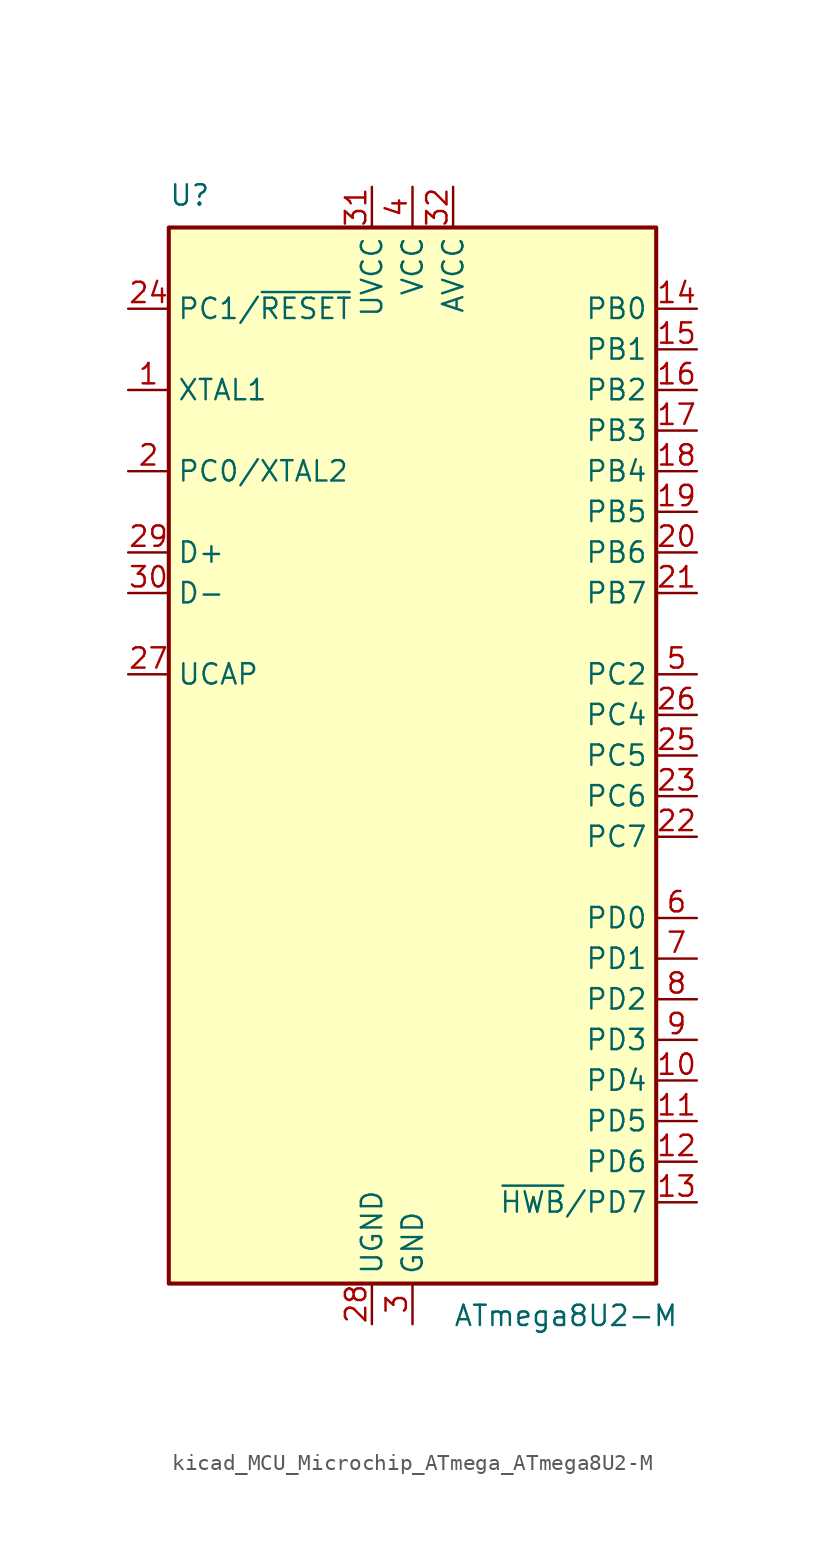
<source format=kicad_sym>
(kicad_symbol_lib
  (version 20220914)
  (generator kicad_symbol_editor)
  (symbol "kicad_MCU_Microchip_ATmega_ATmega8U2-M"
    (property "Reference" "U"
      (at -15.24 34.29 0)
      (effects (font (size 1.27 1.27)) (justify left bottom)))
    (property "Value" "ATmega8U2-M"
      (at 2.54 -34.29 0)
      (effects (font (size 1.27 1.27)) (justify left top)))
    (symbol "kicad_MCU_Microchip_ATmega_ATmega8U2-M_0_1"
      (rectangle (start -15.24 -33.02) (end 15.24 33.02) (stroke (width 0.254) (type default)) (fill (type background))))
    (symbol "kicad_MCU_Microchip_ATmega_ATmega8U2-M_1_1"
      (pin input line (at -17.78 22.86 0) (length 2.54) (name "XTAL1" (effects (font (size 1.27 1.27)))) (number "1" (effects (font (size 1.27 1.27)))))
      (pin bidirectional line (at 17.78 -20.32 180) (length 2.54) (name "PD4" (effects (font (size 1.27 1.27)))) (number "10" (effects (font (size 1.27 1.27)))))
      (pin bidirectional line (at 17.78 -22.86 180) (length 2.54) (name "PD5" (effects (font (size 1.27 1.27)))) (number "11" (effects (font (size 1.27 1.27)))))
      (pin bidirectional line (at 17.78 -25.4 180) (length 2.54) (name "PD6" (effects (font (size 1.27 1.27)))) (number "12" (effects (font (size 1.27 1.27)))))
      (pin bidirectional line (at 17.78 -27.94 180) (length 2.54) (name "~{HWB}/PD7" (effects (font (size 1.27 1.27)))) (number "13" (effects (font (size 1.27 1.27)))))
      (pin bidirectional line (at 17.78 27.94 180) (length 2.54) (name "PB0" (effects (font (size 1.27 1.27)))) (number "14" (effects (font (size 1.27 1.27)))))
      (pin bidirectional line (at 17.78 25.4 180) (length 2.54) (name "PB1" (effects (font (size 1.27 1.27)))) (number "15" (effects (font (size 1.27 1.27)))))
      (pin bidirectional line (at 17.78 22.86 180) (length 2.54) (name "PB2" (effects (font (size 1.27 1.27)))) (number "16" (effects (font (size 1.27 1.27)))))
      (pin bidirectional line (at 17.78 20.32 180) (length 2.54) (name "PB3" (effects (font (size 1.27 1.27)))) (number "17" (effects (font (size 1.27 1.27)))))
      (pin bidirectional line (at 17.78 17.78 180) (length 2.54) (name "PB4" (effects (font (size 1.27 1.27)))) (number "18" (effects (font (size 1.27 1.27)))))
      (pin bidirectional line (at 17.78 15.24 180) (length 2.54) (name "PB5" (effects (font (size 1.27 1.27)))) (number "19" (effects (font (size 1.27 1.27)))))
      (pin bidirectional line (at -17.78 17.78 0) (length 2.54) (name "PC0/XTAL2" (effects (font (size 1.27 1.27)))) (number "2" (effects (font (size 1.27 1.27)))))
      (pin bidirectional line (at 17.78 12.7 180) (length 2.54) (name "PB6" (effects (font (size 1.27 1.27)))) (number "20" (effects (font (size 1.27 1.27)))))
      (pin bidirectional line (at 17.78 10.16 180) (length 2.54) (name "PB7" (effects (font (size 1.27 1.27)))) (number "21" (effects (font (size 1.27 1.27)))))
      (pin bidirectional line (at 17.78 -5.08 180) (length 2.54) (name "PC7" (effects (font (size 1.27 1.27)))) (number "22" (effects (font (size 1.27 1.27)))))
      (pin bidirectional line (at 17.78 -2.54 180) (length 2.54) (name "PC6" (effects (font (size 1.27 1.27)))) (number "23" (effects (font (size 1.27 1.27)))))
      (pin bidirectional line (at -17.78 27.94 0) (length 2.54) (name "PC1/~{RESET}" (effects (font (size 1.27 1.27)))) (number "24" (effects (font (size 1.27 1.27)))))
      (pin bidirectional line (at 17.78 0 180) (length 2.54) (name "PC5" (effects (font (size 1.27 1.27)))) (number "25" (effects (font (size 1.27 1.27)))))
      (pin bidirectional line (at 17.78 2.54 180) (length 2.54) (name "PC4" (effects (font (size 1.27 1.27)))) (number "26" (effects (font (size 1.27 1.27)))))
      (pin passive line (at -17.78 5.08 0) (length 2.54) (name "UCAP" (effects (font (size 1.27 1.27)))) (number "27" (effects (font (size 1.27 1.27)))))
      (pin power_in line (at -2.54 -35.56 90) (length 2.54) (name "UGND" (effects (font (size 1.27 1.27)))) (number "28" (effects (font (size 1.27 1.27)))))
      (pin bidirectional line (at -17.78 12.7 0) (length 2.54) (name "D+" (effects (font (size 1.27 1.27)))) (number "29" (effects (font (size 1.27 1.27)))))
      (pin power_in line (at 0 -35.56 90) (length 2.54) (name "GND" (effects (font (size 1.27 1.27)))) (number "3" (effects (font (size 1.27 1.27)))))
      (pin bidirectional line (at -17.78 10.16 0) (length 2.54) (name "D-" (effects (font (size 1.27 1.27)))) (number "30" (effects (font (size 1.27 1.27)))))
      (pin power_in line (at -2.54 35.56 270) (length 2.54) (name "UVCC" (effects (font (size 1.27 1.27)))) (number "31" (effects (font (size 1.27 1.27)))))
      (pin power_in line (at 2.54 35.56 270) (length 2.54) (name "AVCC" (effects (font (size 1.27 1.27)))) (number "32" (effects (font (size 1.27 1.27)))))
      (pin passive line (at 0 -35.56 90) (length 2.54) hide (name "GND" (effects (font (size 1.27 1.27)))) (number "33" (effects (font (size 1.27 1.27)))))
      (pin power_in line (at 0 35.56 270) (length 2.54) (name "VCC" (effects (font (size 1.27 1.27)))) (number "4" (effects (font (size 1.27 1.27)))))
      (pin bidirectional line (at 17.78 5.08 180) (length 2.54) (name "PC2" (effects (font (size 1.27 1.27)))) (number "5" (effects (font (size 1.27 1.27)))))
      (pin bidirectional line (at 17.78 -10.16 180) (length 2.54) (name "PD0" (effects (font (size 1.27 1.27)))) (number "6" (effects (font (size 1.27 1.27)))))
      (pin bidirectional line (at 17.78 -12.7 180) (length 2.54) (name "PD1" (effects (font (size 1.27 1.27)))) (number "7" (effects (font (size 1.27 1.27)))))
      (pin bidirectional line (at 17.78 -15.24 180) (length 2.54) (name "PD2" (effects (font (size 1.27 1.27)))) (number "8" (effects (font (size 1.27 1.27)))))
      (pin bidirectional line (at 17.78 -17.78 180) (length 2.54) (name "PD3" (effects (font (size 1.27 1.27)))) (number "9" (effects (font (size 1.27 1.27))))))))
</source>
